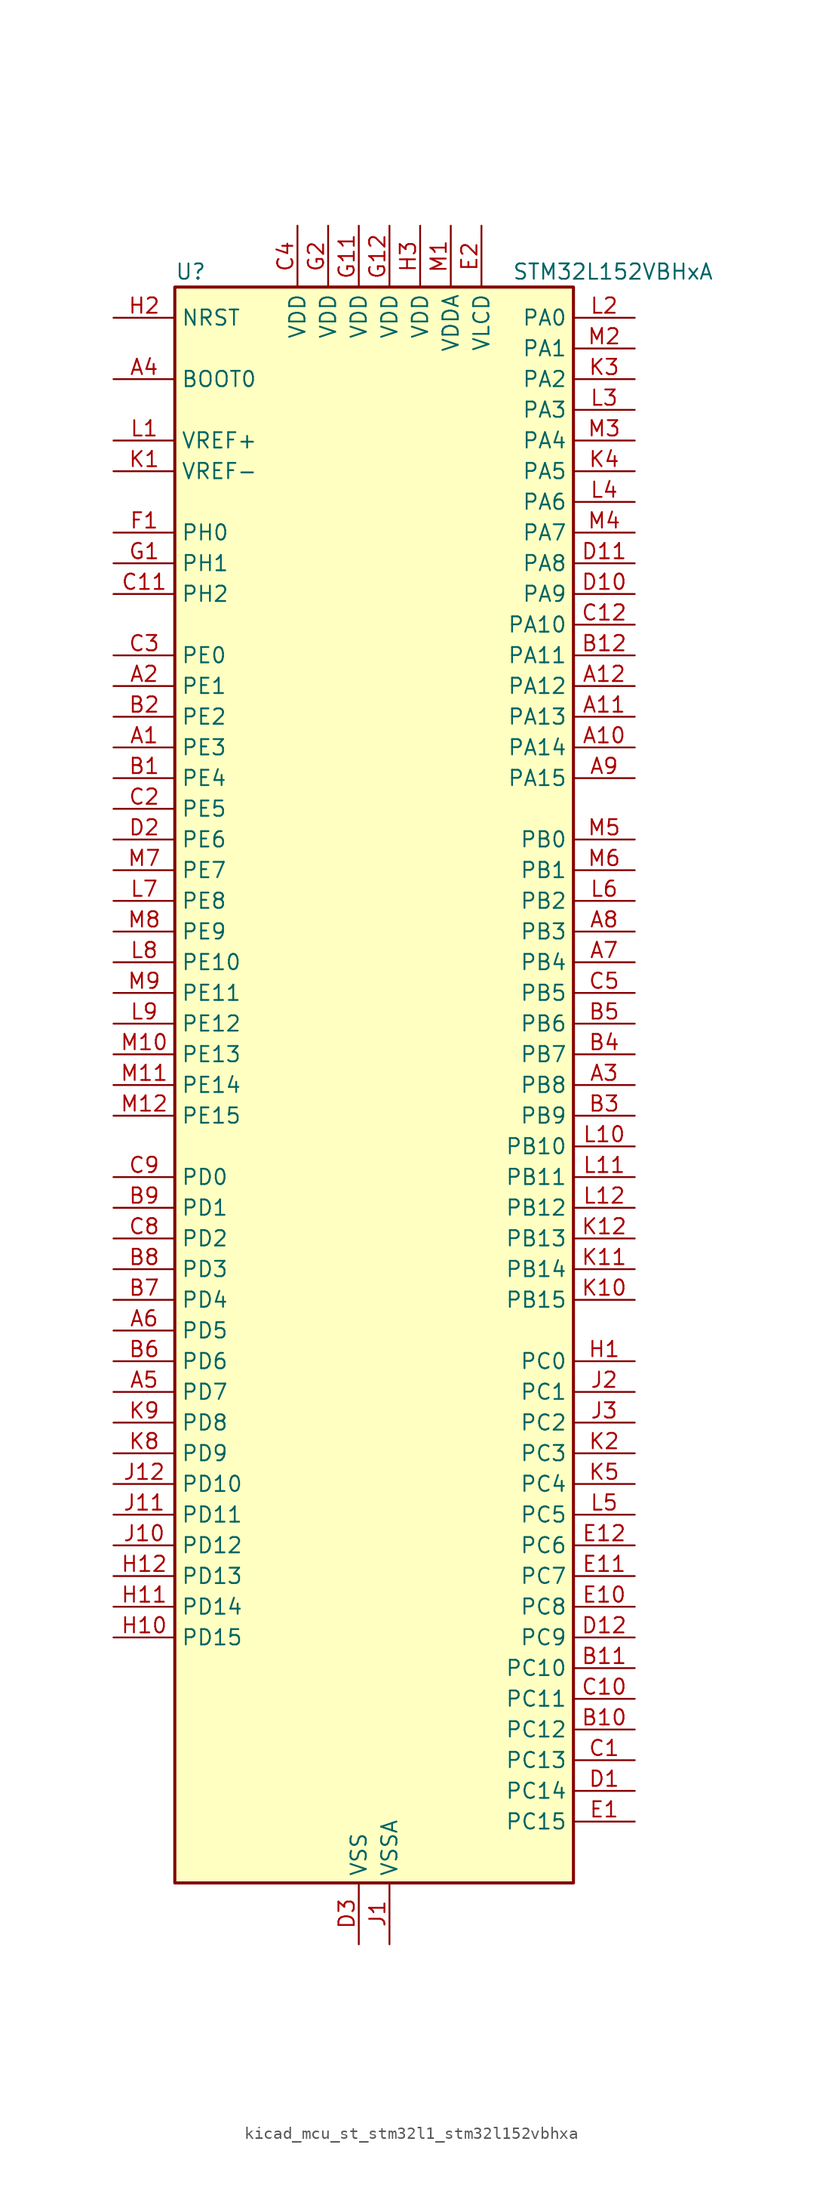
<source format=kicad_sym>
(kicad_symbol_lib
  (version 20220914)
  (generator kicad_symbol_editor)
  (symbol "kicad_mcu_st_stm32l1_stm32l152vbhxa"
    (property "Reference" "U"
      (at -15.24 67.31 0)
      (effects (font (size 1.27 1.27)) (justify left)))
    (property "Value" "STM32L152VBHxA"
      (at 12.7 67.31 0)
      (effects (font (size 1.27 1.27)) (justify left)))
    (property "ki_locked" ""
      (at 0 0 0)
      (effects (font (size 1.27 1.27))))
    (symbol "kicad_mcu_st_stm32l1_stm32l152vbhxa_0_1"
      (rectangle (start -15.24 -66.04) (end 17.78 66.04) (stroke (width 0.254) (type default)) (fill (type background))))
    (symbol "kicad_mcu_st_stm32l1_stm32l152vbhxa_1_1"
      (pin bidirectional line (at -20.32 27.94 0) (length 5.08) (name "PE3" (effects (font (size 1.27 1.27)))) (number "A1" (effects (font (size 1.27 1.27)))) (alternate "LCD_SEG39" bidirectional line) (alternate "SYS_TRACED0" bidirectional line) (alternate "TIM3_CH1" bidirectional line) (alternate "TIMX_IC4" bidirectional line))
      (pin bidirectional line (at 22.86 27.94 180) (length 5.08) (name "PA14" (effects (font (size 1.27 1.27)))) (number "A10" (effects (font (size 1.27 1.27)))) (alternate "SYS_JTCK-SWCLK" bidirectional line) (alternate "TIMX_IC3" bidirectional line) (alternate "TS_G5_IO2" bidirectional line))
      (pin bidirectional line (at 22.86 30.48 180) (length 5.08) (name "PA13" (effects (font (size 1.27 1.27)))) (number "A11" (effects (font (size 1.27 1.27)))) (alternate "SYS_JTMS-SWDIO" bidirectional line) (alternate "TIMX_IC2" bidirectional line) (alternate "TS_G5_IO1" bidirectional line))
      (pin bidirectional line (at 22.86 33.02 180) (length 5.08) (name "PA12" (effects (font (size 1.27 1.27)))) (number "A12" (effects (font (size 1.27 1.27)))) (alternate "SPI1_MOSI" bidirectional line) (alternate "TIMX_IC1" bidirectional line) (alternate "USART1_RTS" bidirectional line) (alternate "USB_DP" bidirectional line))
      (pin bidirectional line (at -20.32 33.02 0) (length 5.08) (name "PE1" (effects (font (size 1.27 1.27)))) (number "A2" (effects (font (size 1.27 1.27)))) (alternate "LCD_SEG37" bidirectional line) (alternate "TIM11_CH1" bidirectional line) (alternate "TIMX_IC2" bidirectional line))
      (pin bidirectional line (at 22.86 0 180) (length 5.08) (name "PB8" (effects (font (size 1.27 1.27)))) (number "A3" (effects (font (size 1.27 1.27)))) (alternate "I2C1_SCL" bidirectional line) (alternate "LCD_SEG16" bidirectional line) (alternate "TIM10_CH1" bidirectional line) (alternate "TIM4_CH3" bidirectional line))
      (pin input line (at -20.32 58.42 0) (length 5.08) (name "BOOT0" (effects (font (size 1.27 1.27)))) (number "A4" (effects (font (size 1.27 1.27)))))
      (pin bidirectional line (at -20.32 -25.4 0) (length 5.08) (name "PD7" (effects (font (size 1.27 1.27)))) (number "A5" (effects (font (size 1.27 1.27)))) (alternate "TIM9_CH2" bidirectional line) (alternate "TIMX_IC4" bidirectional line) (alternate "USART2_CK" bidirectional line))
      (pin bidirectional line (at -20.32 -20.32 0) (length 5.08) (name "PD5" (effects (font (size 1.27 1.27)))) (number "A6" (effects (font (size 1.27 1.27)))) (alternate "TIMX_IC2" bidirectional line) (alternate "USART2_TX" bidirectional line))
      (pin bidirectional line (at 22.86 10.16 180) (length 5.08) (name "PB4" (effects (font (size 1.27 1.27)))) (number "A7" (effects (font (size 1.27 1.27)))) (alternate "COMP2_INP" bidirectional line) (alternate "LCD_SEG8" bidirectional line) (alternate "SPI1_MISO" bidirectional line) (alternate "SYS_JTRST" bidirectional line) (alternate "TIM3_CH1" bidirectional line) (alternate "TS_G6_IO1" bidirectional line))
      (pin bidirectional line (at 22.86 12.7 180) (length 5.08) (name "PB3" (effects (font (size 1.27 1.27)))) (number "A8" (effects (font (size 1.27 1.27)))) (alternate "COMP2_INM" bidirectional line) (alternate "LCD_SEG7" bidirectional line) (alternate "SPI1_SCK" bidirectional line) (alternate "SYS_JTDO-TRACESWO" bidirectional line) (alternate "TIM2_CH2" bidirectional line))
      (pin bidirectional line (at 22.86 25.4 180) (length 5.08) (name "PA15" (effects (font (size 1.27 1.27)))) (number "A9" (effects (font (size 1.27 1.27)))) (alternate "ADC_EXTI15" bidirectional line) (alternate "LCD_SEG17" bidirectional line) (alternate "SPI1_NSS" bidirectional line) (alternate "SYS_JTDI" bidirectional line) (alternate "TIM2_CH1" bidirectional line) (alternate "TIM2_ETR" bidirectional line) (alternate "TIMX_IC4" bidirectional line) (alternate "TS_G5_IO3" bidirectional line))
      (pin bidirectional line (at -20.32 25.4 0) (length 5.08) (name "PE4" (effects (font (size 1.27 1.27)))) (number "B1" (effects (font (size 1.27 1.27)))) (alternate "SYS_TRACED1" bidirectional line) (alternate "TIM3_CH2" bidirectional line) (alternate "TIMX_IC1" bidirectional line))
      (pin bidirectional line (at 22.86 -53.34 180) (length 5.08) (name "PC12" (effects (font (size 1.27 1.27)))) (number "B10" (effects (font (size 1.27 1.27)))) (alternate "LCD_COM6" bidirectional line) (alternate "LCD_SEG30" bidirectional line) (alternate "LCD_SEG42" bidirectional line) (alternate "TIMX_IC1" bidirectional line) (alternate "USART3_CK" bidirectional line))
      (pin bidirectional line (at 22.86 -48.26 180) (length 5.08) (name "PC10" (effects (font (size 1.27 1.27)))) (number "B11" (effects (font (size 1.27 1.27)))) (alternate "LCD_COM4" bidirectional line) (alternate "LCD_SEG28" bidirectional line) (alternate "LCD_SEG40" bidirectional line) (alternate "TIMX_IC3" bidirectional line) (alternate "USART3_TX" bidirectional line))
      (pin bidirectional line (at 22.86 35.56 180) (length 5.08) (name "PA11" (effects (font (size 1.27 1.27)))) (number "B12" (effects (font (size 1.27 1.27)))) (alternate "ADC_EXTI11" bidirectional line) (alternate "SPI1_MISO" bidirectional line) (alternate "TIMX_IC4" bidirectional line) (alternate "USART1_CTS" bidirectional line) (alternate "USB_DM" bidirectional line))
      (pin bidirectional line (at -20.32 30.48 0) (length 5.08) (name "PE2" (effects (font (size 1.27 1.27)))) (number "B2" (effects (font (size 1.27 1.27)))) (alternate "LCD_SEG38" bidirectional line) (alternate "SYS_TRACECK" bidirectional line) (alternate "TIM3_ETR" bidirectional line) (alternate "TIMX_IC3" bidirectional line))
      (pin bidirectional line (at 22.86 -2.54 180) (length 5.08) (name "PB9" (effects (font (size 1.27 1.27)))) (number "B3" (effects (font (size 1.27 1.27)))) (alternate "DAC_EXTI9" bidirectional line) (alternate "I2C1_SDA" bidirectional line) (alternate "LCD_COM3" bidirectional line) (alternate "TIM11_CH1" bidirectional line) (alternate "TIM4_CH4" bidirectional line))
      (pin bidirectional line (at 22.86 2.54 180) (length 5.08) (name "PB7" (effects (font (size 1.27 1.27)))) (number "B4" (effects (font (size 1.27 1.27)))) (alternate "I2C1_SDA" bidirectional line) (alternate "SYS_PVD_IN" bidirectional line) (alternate "TIM4_CH2" bidirectional line) (alternate "TS_G6_IO4" bidirectional line) (alternate "USART1_RX" bidirectional line))
      (pin bidirectional line (at 22.86 5.08 180) (length 5.08) (name "PB6" (effects (font (size 1.27 1.27)))) (number "B5" (effects (font (size 1.27 1.27)))) (alternate "I2C1_SCL" bidirectional line) (alternate "TIM4_CH1" bidirectional line) (alternate "TS_G6_IO3" bidirectional line) (alternate "USART1_TX" bidirectional line))
      (pin bidirectional line (at -20.32 -22.86 0) (length 5.08) (name "PD6" (effects (font (size 1.27 1.27)))) (number "B6" (effects (font (size 1.27 1.27)))) (alternate "TIMX_IC3" bidirectional line) (alternate "USART2_RX" bidirectional line))
      (pin bidirectional line (at -20.32 -17.78 0) (length 5.08) (name "PD4" (effects (font (size 1.27 1.27)))) (number "B7" (effects (font (size 1.27 1.27)))) (alternate "SPI2_MOSI" bidirectional line) (alternate "TIMX_IC1" bidirectional line) (alternate "USART2_RTS" bidirectional line))
      (pin bidirectional line (at -20.32 -15.24 0) (length 5.08) (name "PD3" (effects (font (size 1.27 1.27)))) (number "B8" (effects (font (size 1.27 1.27)))) (alternate "SPI2_MISO" bidirectional line) (alternate "TIMX_IC4" bidirectional line) (alternate "USART2_CTS" bidirectional line))
      (pin bidirectional line (at -20.32 -10.16 0) (length 5.08) (name "PD1" (effects (font (size 1.27 1.27)))) (number "B9" (effects (font (size 1.27 1.27)))) (alternate "SPI2_SCK" bidirectional line) (alternate "TIMX_IC2" bidirectional line))
      (pin bidirectional line (at 22.86 -55.88 180) (length 5.08) (name "PC13" (effects (font (size 1.27 1.27)))) (number "C1" (effects (font (size 1.27 1.27)))) (alternate "RTC_OUT_ALARM" bidirectional line) (alternate "RTC_OUT_CALIB" bidirectional line) (alternate "RTC_TAMP1" bidirectional line) (alternate "RTC_TS" bidirectional line) (alternate "SYS_WKUP2" bidirectional line) (alternate "TIMX_IC2" bidirectional line))
      (pin bidirectional line (at 22.86 -50.8 180) (length 5.08) (name "PC11" (effects (font (size 1.27 1.27)))) (number "C10" (effects (font (size 1.27 1.27)))) (alternate "ADC_EXTI11" bidirectional line) (alternate "LCD_COM5" bidirectional line) (alternate "LCD_SEG29" bidirectional line) (alternate "LCD_SEG41" bidirectional line) (alternate "TIMX_IC4" bidirectional line) (alternate "USART3_RX" bidirectional line))
      (pin bidirectional line (at -20.32 40.64 0) (length 5.08) (name "PH2" (effects (font (size 1.27 1.27)))) (number "C11" (effects (font (size 1.27 1.27)))))
      (pin bidirectional line (at 22.86 38.1 180) (length 5.08) (name "PA10" (effects (font (size 1.27 1.27)))) (number "C12" (effects (font (size 1.27 1.27)))) (alternate "LCD_COM2" bidirectional line) (alternate "TIMX_IC3" bidirectional line) (alternate "TS_G4_IO3" bidirectional line) (alternate "USART1_RX" bidirectional line))
      (pin bidirectional line (at -20.32 22.86 0) (length 5.08) (name "PE5" (effects (font (size 1.27 1.27)))) (number "C2" (effects (font (size 1.27 1.27)))) (alternate "SYS_TRACED2" bidirectional line) (alternate "TIM9_CH1" bidirectional line) (alternate "TIMX_IC2" bidirectional line))
      (pin bidirectional line (at -20.32 35.56 0) (length 5.08) (name "PE0" (effects (font (size 1.27 1.27)))) (number "C3" (effects (font (size 1.27 1.27)))) (alternate "LCD_SEG36" bidirectional line) (alternate "TIM10_CH1" bidirectional line) (alternate "TIM4_ETR" bidirectional line) (alternate "TIMX_IC1" bidirectional line))
      (pin power_in line (at -5.08 71.12 270) (length 5.08) (name "VDD" (effects (font (size 1.27 1.27)))) (number "C4" (effects (font (size 1.27 1.27)))))
      (pin bidirectional line (at 22.86 7.62 180) (length 5.08) (name "PB5" (effects (font (size 1.27 1.27)))) (number "C5" (effects (font (size 1.27 1.27)))) (alternate "COMP2_INP" bidirectional line) (alternate "I2C1_SMBA" bidirectional line) (alternate "LCD_SEG9" bidirectional line) (alternate "SPI1_MOSI" bidirectional line) (alternate "TIM3_CH2" bidirectional line) (alternate "TS_G6_IO2" bidirectional line))
      (pin bidirectional line (at -20.32 -12.7 0) (length 5.08) (name "PD2" (effects (font (size 1.27 1.27)))) (number "C8" (effects (font (size 1.27 1.27)))) (alternate "LCD_COM7" bidirectional line) (alternate "LCD_SEG31" bidirectional line) (alternate "LCD_SEG43" bidirectional line) (alternate "TIM3_ETR" bidirectional line) (alternate "TIMX_IC3" bidirectional line))
      (pin bidirectional line (at -20.32 -7.62 0) (length 5.08) (name "PD0" (effects (font (size 1.27 1.27)))) (number "C9" (effects (font (size 1.27 1.27)))) (alternate "SPI2_NSS" bidirectional line) (alternate "TIM9_CH1" bidirectional line) (alternate "TIMX_IC1" bidirectional line))
      (pin bidirectional line (at 22.86 -58.42 180) (length 5.08) (name "PC14" (effects (font (size 1.27 1.27)))) (number "D1" (effects (font (size 1.27 1.27)))) (alternate "RCC_OSC32_IN" bidirectional line) (alternate "TIMX_IC3" bidirectional line))
      (pin bidirectional line (at 22.86 40.64 180) (length 5.08) (name "PA9" (effects (font (size 1.27 1.27)))) (number "D10" (effects (font (size 1.27 1.27)))) (alternate "DAC_EXTI9" bidirectional line) (alternate "LCD_COM1" bidirectional line) (alternate "TIMX_IC2" bidirectional line) (alternate "TS_G4_IO2" bidirectional line) (alternate "USART1_TX" bidirectional line))
      (pin bidirectional line (at 22.86 43.18 180) (length 5.08) (name "PA8" (effects (font (size 1.27 1.27)))) (number "D11" (effects (font (size 1.27 1.27)))) (alternate "LCD_COM0" bidirectional line) (alternate "RCC_MCO" bidirectional line) (alternate "TIMX_IC1" bidirectional line) (alternate "TS_G4_IO1" bidirectional line) (alternate "USART1_CK" bidirectional line))
      (pin bidirectional line (at 22.86 -45.72 180) (length 5.08) (name "PC9" (effects (font (size 1.27 1.27)))) (number "D12" (effects (font (size 1.27 1.27)))) (alternate "DAC_EXTI9" bidirectional line) (alternate "LCD_SEG27" bidirectional line) (alternate "TIM3_CH4" bidirectional line) (alternate "TIMX_IC2" bidirectional line) (alternate "TS_G10_IO4" bidirectional line))
      (pin bidirectional line (at -20.32 20.32 0) (length 5.08) (name "PE6" (effects (font (size 1.27 1.27)))) (number "D2" (effects (font (size 1.27 1.27)))) (alternate "RTC_TAMP3" bidirectional line) (alternate "SYS_TRACED3" bidirectional line) (alternate "SYS_WKUP3" bidirectional line) (alternate "TIM9_CH2" bidirectional line) (alternate "TIMX_IC3" bidirectional line))
      (pin power_in line (at 0 -71.12 90) (length 5.08) (name "VSS" (effects (font (size 1.27 1.27)))) (number "D3" (effects (font (size 1.27 1.27)))))
      (pin bidirectional line (at 22.86 -60.96 180) (length 5.08) (name "PC15" (effects (font (size 1.27 1.27)))) (number "E1" (effects (font (size 1.27 1.27)))) (alternate "ADC_EXTI15" bidirectional line) (alternate "RCC_OSC32_OUT" bidirectional line) (alternate "TIMX_IC4" bidirectional line))
      (pin bidirectional line (at 22.86 -43.18 180) (length 5.08) (name "PC8" (effects (font (size 1.27 1.27)))) (number "E10" (effects (font (size 1.27 1.27)))) (alternate "LCD_SEG26" bidirectional line) (alternate "TIM3_CH3" bidirectional line) (alternate "TIMX_IC1" bidirectional line) (alternate "TS_G10_IO3" bidirectional line))
      (pin bidirectional line (at 22.86 -40.64 180) (length 5.08) (name "PC7" (effects (font (size 1.27 1.27)))) (number "E11" (effects (font (size 1.27 1.27)))) (alternate "LCD_SEG25" bidirectional line) (alternate "TIM3_CH2" bidirectional line) (alternate "TIMX_IC4" bidirectional line) (alternate "TS_G10_IO2" bidirectional line))
      (pin bidirectional line (at 22.86 -38.1 180) (length 5.08) (name "PC6" (effects (font (size 1.27 1.27)))) (number "E12" (effects (font (size 1.27 1.27)))) (alternate "LCD_SEG24" bidirectional line) (alternate "TIM3_CH1" bidirectional line) (alternate "TIMX_IC3" bidirectional line) (alternate "TS_G10_IO1" bidirectional line))
      (pin power_in line (at 10.16 71.12 270) (length 5.08) (name "VLCD" (effects (font (size 1.27 1.27)))) (number "E2" (effects (font (size 1.27 1.27)))))
      (pin passive line (at 0 -71.12 90) (length 5.08) hide (name "VSS" (effects (font (size 1.27 1.27)))) (number "E3" (effects (font (size 1.27 1.27)))))
      (pin bidirectional line (at -20.32 45.72 0) (length 5.08) (name "PH0" (effects (font (size 1.27 1.27)))) (number "F1" (effects (font (size 1.27 1.27)))) (alternate "RCC_OSC_IN" bidirectional line))
      (pin passive line (at 0 -71.12 90) (length 5.08) hide (name "VSS" (effects (font (size 1.27 1.27)))) (number "F11" (effects (font (size 1.27 1.27)))))
      (pin passive line (at 0 -71.12 90) (length 5.08) hide (name "VSS" (effects (font (size 1.27 1.27)))) (number "F12" (effects (font (size 1.27 1.27)))))
      (pin passive line (at 0 -71.12 90) (length 5.08) hide (name "VSS" (effects (font (size 1.27 1.27)))) (number "F2" (effects (font (size 1.27 1.27)))))
      (pin bidirectional line (at -20.32 43.18 0) (length 5.08) (name "PH1" (effects (font (size 1.27 1.27)))) (number "G1" (effects (font (size 1.27 1.27)))) (alternate "RCC_OSC_OUT" bidirectional line))
      (pin power_in line (at 0 71.12 270) (length 5.08) (name "VDD" (effects (font (size 1.27 1.27)))) (number "G11" (effects (font (size 1.27 1.27)))))
      (pin power_in line (at 2.54 71.12 270) (length 5.08) (name "VDD" (effects (font (size 1.27 1.27)))) (number "G12" (effects (font (size 1.27 1.27)))))
      (pin power_in line (at -2.54 71.12 270) (length 5.08) (name "VDD" (effects (font (size 1.27 1.27)))) (number "G2" (effects (font (size 1.27 1.27)))))
      (pin bidirectional line (at 22.86 -22.86 180) (length 5.08) (name "PC0" (effects (font (size 1.27 1.27)))) (number "H1" (effects (font (size 1.27 1.27)))) (alternate "ADC_IN10" bidirectional line) (alternate "COMP1_INP" bidirectional line) (alternate "LCD_SEG18" bidirectional line) (alternate "TIMX_IC1" bidirectional line) (alternate "TS_G8_IO1" bidirectional line))
      (pin bidirectional line (at -20.32 -45.72 0) (length 5.08) (name "PD15" (effects (font (size 1.27 1.27)))) (number "H10" (effects (font (size 1.27 1.27)))) (alternate "ADC_EXTI15" bidirectional line) (alternate "LCD_SEG35" bidirectional line) (alternate "TIM4_CH4" bidirectional line) (alternate "TIMX_IC4" bidirectional line))
      (pin bidirectional line (at -20.32 -43.18 0) (length 5.08) (name "PD14" (effects (font (size 1.27 1.27)))) (number "H11" (effects (font (size 1.27 1.27)))) (alternate "LCD_SEG34" bidirectional line) (alternate "TIM4_CH3" bidirectional line) (alternate "TIMX_IC3" bidirectional line))
      (pin bidirectional line (at -20.32 -40.64 0) (length 5.08) (name "PD13" (effects (font (size 1.27 1.27)))) (number "H12" (effects (font (size 1.27 1.27)))) (alternate "LCD_SEG33" bidirectional line) (alternate "TIM4_CH2" bidirectional line) (alternate "TIMX_IC2" bidirectional line))
      (pin input line (at -20.32 63.5 0) (length 5.08) (name "NRST" (effects (font (size 1.27 1.27)))) (number "H2" (effects (font (size 1.27 1.27)))))
      (pin power_in line (at 5.08 71.12 270) (length 5.08) (name "VDD" (effects (font (size 1.27 1.27)))) (number "H3" (effects (font (size 1.27 1.27)))))
      (pin power_in line (at 2.54 -71.12 90) (length 5.08) (name "VSSA" (effects (font (size 1.27 1.27)))) (number "J1" (effects (font (size 1.27 1.27)))))
      (pin bidirectional line (at -20.32 -38.1 0) (length 5.08) (name "PD12" (effects (font (size 1.27 1.27)))) (number "J10" (effects (font (size 1.27 1.27)))) (alternate "LCD_SEG32" bidirectional line) (alternate "TIM4_CH1" bidirectional line) (alternate "TIMX_IC1" bidirectional line) (alternate "USART3_RTS" bidirectional line))
      (pin bidirectional line (at -20.32 -35.56 0) (length 5.08) (name "PD11" (effects (font (size 1.27 1.27)))) (number "J11" (effects (font (size 1.27 1.27)))) (alternate "ADC_EXTI11" bidirectional line) (alternate "LCD_SEG31" bidirectional line) (alternate "TIMX_IC4" bidirectional line) (alternate "USART3_CTS" bidirectional line))
      (pin bidirectional line (at -20.32 -33.02 0) (length 5.08) (name "PD10" (effects (font (size 1.27 1.27)))) (number "J12" (effects (font (size 1.27 1.27)))) (alternate "LCD_SEG30" bidirectional line) (alternate "TIMX_IC3" bidirectional line) (alternate "USART3_CK" bidirectional line))
      (pin bidirectional line (at 22.86 -25.4 180) (length 5.08) (name "PC1" (effects (font (size 1.27 1.27)))) (number "J2" (effects (font (size 1.27 1.27)))) (alternate "ADC_IN11" bidirectional line) (alternate "COMP1_INP" bidirectional line) (alternate "LCD_SEG19" bidirectional line) (alternate "TIMX_IC2" bidirectional line) (alternate "TS_G8_IO2" bidirectional line))
      (pin bidirectional line (at 22.86 -27.94 180) (length 5.08) (name "PC2" (effects (font (size 1.27 1.27)))) (number "J3" (effects (font (size 1.27 1.27)))) (alternate "ADC_IN12" bidirectional line) (alternate "COMP1_INP" bidirectional line) (alternate "LCD_SEG20" bidirectional line) (alternate "TIMX_IC3" bidirectional line) (alternate "TS_G8_IO3" bidirectional line))
      (pin input line (at -20.32 50.8 0) (length 5.08) (name "VREF-" (effects (font (size 1.27 1.27)))) (number "K1" (effects (font (size 1.27 1.27)))))
      (pin bidirectional line (at 22.86 -17.78 180) (length 5.08) (name "PB15" (effects (font (size 1.27 1.27)))) (number "K10" (effects (font (size 1.27 1.27)))) (alternate "ADC_EXTI15" bidirectional line) (alternate "ADC_IN21" bidirectional line) (alternate "COMP1_INP" bidirectional line) (alternate "LCD_SEG15" bidirectional line) (alternate "RTC_REFIN" bidirectional line) (alternate "SPI2_MOSI" bidirectional line) (alternate "TIM11_CH1" bidirectional line) (alternate "TS_G7_IO4" bidirectional line))
      (pin bidirectional line (at 22.86 -15.24 180) (length 5.08) (name "PB14" (effects (font (size 1.27 1.27)))) (number "K11" (effects (font (size 1.27 1.27)))) (alternate "ADC_IN20" bidirectional line) (alternate "COMP1_INP" bidirectional line) (alternate "LCD_SEG14" bidirectional line) (alternate "SPI2_MISO" bidirectional line) (alternate "TIM9_CH2" bidirectional line) (alternate "TS_G7_IO3" bidirectional line) (alternate "USART3_RTS" bidirectional line))
      (pin bidirectional line (at 22.86 -12.7 180) (length 5.08) (name "PB13" (effects (font (size 1.27 1.27)))) (number "K12" (effects (font (size 1.27 1.27)))) (alternate "ADC_IN19" bidirectional line) (alternate "COMP1_INP" bidirectional line) (alternate "LCD_SEG13" bidirectional line) (alternate "SPI2_SCK" bidirectional line) (alternate "TIM9_CH1" bidirectional line) (alternate "TS_G7_IO2" bidirectional line) (alternate "USART3_CTS" bidirectional line))
      (pin bidirectional line (at 22.86 -30.48 180) (length 5.08) (name "PC3" (effects (font (size 1.27 1.27)))) (number "K2" (effects (font (size 1.27 1.27)))) (alternate "ADC_IN13" bidirectional line) (alternate "COMP1_INP" bidirectional line) (alternate "LCD_SEG21" bidirectional line) (alternate "TIMX_IC4" bidirectional line) (alternate "TS_G8_IO4" bidirectional line))
      (pin bidirectional line (at 22.86 58.42 180) (length 5.08) (name "PA2" (effects (font (size 1.27 1.27)))) (number "K3" (effects (font (size 1.27 1.27)))) (alternate "ADC_IN2" bidirectional line) (alternate "COMP1_INP" bidirectional line) (alternate "LCD_SEG1" bidirectional line) (alternate "TIM2_CH3" bidirectional line) (alternate "TIM9_CH1" bidirectional line) (alternate "TIMX_IC3" bidirectional line) (alternate "TS_G1_IO3" bidirectional line) (alternate "USART2_TX" bidirectional line))
      (pin bidirectional line (at 22.86 50.8 180) (length 5.08) (name "PA5" (effects (font (size 1.27 1.27)))) (number "K4" (effects (font (size 1.27 1.27)))) (alternate "ADC_IN5" bidirectional line) (alternate "COMP1_INP" bidirectional line) (alternate "DAC_OUT2" bidirectional line) (alternate "SPI1_SCK" bidirectional line) (alternate "TIM2_CH1" bidirectional line) (alternate "TIM2_ETR" bidirectional line) (alternate "TIMX_IC2" bidirectional line))
      (pin bidirectional line (at 22.86 -33.02 180) (length 5.08) (name "PC4" (effects (font (size 1.27 1.27)))) (number "K5" (effects (font (size 1.27 1.27)))) (alternate "ADC_IN14" bidirectional line) (alternate "COMP1_INP" bidirectional line) (alternate "LCD_SEG22" bidirectional line) (alternate "TIMX_IC1" bidirectional line) (alternate "TS_G9_IO1" bidirectional line))
      (pin bidirectional line (at -20.32 -30.48 0) (length 5.08) (name "PD9" (effects (font (size 1.27 1.27)))) (number "K8" (effects (font (size 1.27 1.27)))) (alternate "DAC_EXTI9" bidirectional line) (alternate "LCD_SEG29" bidirectional line) (alternate "TIMX_IC2" bidirectional line) (alternate "USART3_RX" bidirectional line))
      (pin bidirectional line (at -20.32 -27.94 0) (length 5.08) (name "PD8" (effects (font (size 1.27 1.27)))) (number "K9" (effects (font (size 1.27 1.27)))) (alternate "LCD_SEG28" bidirectional line) (alternate "TIMX_IC1" bidirectional line) (alternate "USART3_TX" bidirectional line))
      (pin input line (at -20.32 53.34 0) (length 5.08) (name "VREF+" (effects (font (size 1.27 1.27)))) (number "L1" (effects (font (size 1.27 1.27)))))
      (pin bidirectional line (at 22.86 -5.08 180) (length 5.08) (name "PB10" (effects (font (size 1.27 1.27)))) (number "L10" (effects (font (size 1.27 1.27)))) (alternate "I2C2_SCL" bidirectional line) (alternate "LCD_SEG10" bidirectional line) (alternate "TIM2_CH3" bidirectional line) (alternate "USART3_TX" bidirectional line))
      (pin bidirectional line (at 22.86 -7.62 180) (length 5.08) (name "PB11" (effects (font (size 1.27 1.27)))) (number "L11" (effects (font (size 1.27 1.27)))) (alternate "ADC_EXTI11" bidirectional line) (alternate "I2C2_SDA" bidirectional line) (alternate "LCD_SEG11" bidirectional line) (alternate "TIM2_CH4" bidirectional line) (alternate "USART3_RX" bidirectional line))
      (pin bidirectional line (at 22.86 -10.16 180) (length 5.08) (name "PB12" (effects (font (size 1.27 1.27)))) (number "L12" (effects (font (size 1.27 1.27)))) (alternate "ADC_IN18" bidirectional line) (alternate "COMP1_INP" bidirectional line) (alternate "I2C2_SMBA" bidirectional line) (alternate "LCD_SEG12" bidirectional line) (alternate "SPI2_NSS" bidirectional line) (alternate "TIM10_CH1" bidirectional line) (alternate "TS_G7_IO1" bidirectional line) (alternate "USART3_CK" bidirectional line))
      (pin bidirectional line (at 22.86 63.5 180) (length 5.08) (name "PA0" (effects (font (size 1.27 1.27)))) (number "L2" (effects (font (size 1.27 1.27)))) (alternate "ADC_IN0" bidirectional line) (alternate "COMP1_INP" bidirectional line) (alternate "RTC_TAMP2" bidirectional line) (alternate "SYS_WKUP1" bidirectional line) (alternate "TIM2_CH1" bidirectional line) (alternate "TIM2_ETR" bidirectional line) (alternate "TIMX_IC1" bidirectional line) (alternate "TS_G1_IO1" bidirectional line) (alternate "USART2_CTS" bidirectional line))
      (pin bidirectional line (at 22.86 55.88 180) (length 5.08) (name "PA3" (effects (font (size 1.27 1.27)))) (number "L3" (effects (font (size 1.27 1.27)))) (alternate "ADC_IN3" bidirectional line) (alternate "COMP1_INP" bidirectional line) (alternate "LCD_SEG2" bidirectional line) (alternate "TIM2_CH4" bidirectional line) (alternate "TIM9_CH2" bidirectional line) (alternate "TIMX_IC4" bidirectional line) (alternate "TS_G1_IO4" bidirectional line) (alternate "USART2_RX" bidirectional line))
      (pin bidirectional line (at 22.86 48.26 180) (length 5.08) (name "PA6" (effects (font (size 1.27 1.27)))) (number "L4" (effects (font (size 1.27 1.27)))) (alternate "ADC_IN6" bidirectional line) (alternate "COMP1_INP" bidirectional line) (alternate "LCD_SEG3" bidirectional line) (alternate "SPI1_MISO" bidirectional line) (alternate "TIM10_CH1" bidirectional line) (alternate "TIM3_CH1" bidirectional line) (alternate "TIMX_IC3" bidirectional line) (alternate "TS_G2_IO1" bidirectional line))
      (pin bidirectional line (at 22.86 -35.56 180) (length 5.08) (name "PC5" (effects (font (size 1.27 1.27)))) (number "L5" (effects (font (size 1.27 1.27)))) (alternate "ADC_IN15" bidirectional line) (alternate "COMP1_INP" bidirectional line) (alternate "LCD_SEG23" bidirectional line) (alternate "TIMX_IC2" bidirectional line) (alternate "TS_G9_IO2" bidirectional line))
      (pin bidirectional line (at 22.86 15.24 180) (length 5.08) (name "PB2" (effects (font (size 1.27 1.27)))) (number "L6" (effects (font (size 1.27 1.27)))) (alternate "TS_G3_IO3" bidirectional line))
      (pin bidirectional line (at -20.32 15.24 0) (length 5.08) (name "PE8" (effects (font (size 1.27 1.27)))) (number "L7" (effects (font (size 1.27 1.27)))) (alternate "ADC_IN23" bidirectional line) (alternate "COMP1_INP" bidirectional line) (alternate "TIMX_IC1" bidirectional line))
      (pin bidirectional line (at -20.32 10.16 0) (length 5.08) (name "PE10" (effects (font (size 1.27 1.27)))) (number "L8" (effects (font (size 1.27 1.27)))) (alternate "ADC_IN25" bidirectional line) (alternate "COMP1_INP" bidirectional line) (alternate "TIM2_CH2" bidirectional line) (alternate "TIMX_IC3" bidirectional line))
      (pin bidirectional line (at -20.32 5.08 0) (length 5.08) (name "PE12" (effects (font (size 1.27 1.27)))) (number "L9" (effects (font (size 1.27 1.27)))) (alternate "SPI1_NSS" bidirectional line) (alternate "TIM2_CH4" bidirectional line) (alternate "TIMX_IC1" bidirectional line))
      (pin power_in line (at 7.62 71.12 270) (length 5.08) (name "VDDA" (effects (font (size 1.27 1.27)))) (number "M1" (effects (font (size 1.27 1.27)))))
      (pin bidirectional line (at -20.32 2.54 0) (length 5.08) (name "PE13" (effects (font (size 1.27 1.27)))) (number "M10" (effects (font (size 1.27 1.27)))) (alternate "SPI1_SCK" bidirectional line) (alternate "TIMX_IC2" bidirectional line))
      (pin bidirectional line (at -20.32 0 0) (length 5.08) (name "PE14" (effects (font (size 1.27 1.27)))) (number "M11" (effects (font (size 1.27 1.27)))) (alternate "SPI1_MISO" bidirectional line) (alternate "TIMX_IC3" bidirectional line))
      (pin bidirectional line (at -20.32 -2.54 0) (length 5.08) (name "PE15" (effects (font (size 1.27 1.27)))) (number "M12" (effects (font (size 1.27 1.27)))) (alternate "ADC_EXTI15" bidirectional line) (alternate "SPI1_MOSI" bidirectional line) (alternate "TIMX_IC4" bidirectional line))
      (pin bidirectional line (at 22.86 60.96 180) (length 5.08) (name "PA1" (effects (font (size 1.27 1.27)))) (number "M2" (effects (font (size 1.27 1.27)))) (alternate "ADC_IN1" bidirectional line) (alternate "COMP1_INP" bidirectional line) (alternate "LCD_SEG0" bidirectional line) (alternate "TIM2_CH2" bidirectional line) (alternate "TIMX_IC2" bidirectional line) (alternate "TS_G1_IO2" bidirectional line) (alternate "USART2_RTS" bidirectional line))
      (pin bidirectional line (at 22.86 53.34 180) (length 5.08) (name "PA4" (effects (font (size 1.27 1.27)))) (number "M3" (effects (font (size 1.27 1.27)))) (alternate "ADC_IN4" bidirectional line) (alternate "COMP1_INP" bidirectional line) (alternate "DAC_OUT1" bidirectional line) (alternate "SPI1_NSS" bidirectional line) (alternate "TIMX_IC1" bidirectional line) (alternate "USART2_CK" bidirectional line))
      (pin bidirectional line (at 22.86 45.72 180) (length 5.08) (name "PA7" (effects (font (size 1.27 1.27)))) (number "M4" (effects (font (size 1.27 1.27)))) (alternate "ADC_IN7" bidirectional line) (alternate "COMP1_INP" bidirectional line) (alternate "LCD_SEG4" bidirectional line) (alternate "SPI1_MOSI" bidirectional line) (alternate "TIM11_CH1" bidirectional line) (alternate "TIM3_CH2" bidirectional line) (alternate "TIMX_IC4" bidirectional line) (alternate "TS_G2_IO2" bidirectional line))
      (pin bidirectional line (at 22.86 20.32 180) (length 5.08) (name "PB0" (effects (font (size 1.27 1.27)))) (number "M5" (effects (font (size 1.27 1.27)))) (alternate "ADC_IN8" bidirectional line) (alternate "COMP1_INP" bidirectional line) (alternate "LCD_SEG5" bidirectional line) (alternate "SYS_V_REF_OUT" bidirectional line) (alternate "TIM3_CH3" bidirectional line) (alternate "TS_G3_IO1" bidirectional line))
      (pin bidirectional line (at 22.86 17.78 180) (length 5.08) (name "PB1" (effects (font (size 1.27 1.27)))) (number "M6" (effects (font (size 1.27 1.27)))) (alternate "ADC_IN9" bidirectional line) (alternate "COMP1_INP" bidirectional line) (alternate "LCD_SEG6" bidirectional line) (alternate "SYS_V_REF_OUT" bidirectional line) (alternate "TIM3_CH4" bidirectional line) (alternate "TS_G3_IO2" bidirectional line))
      (pin bidirectional line (at -20.32 17.78 0) (length 5.08) (name "PE7" (effects (font (size 1.27 1.27)))) (number "M7" (effects (font (size 1.27 1.27)))) (alternate "ADC_IN22" bidirectional line) (alternate "COMP1_INP" bidirectional line) (alternate "TIMX_IC4" bidirectional line))
      (pin bidirectional line (at -20.32 12.7 0) (length 5.08) (name "PE9" (effects (font (size 1.27 1.27)))) (number "M8" (effects (font (size 1.27 1.27)))) (alternate "ADC_IN24" bidirectional line) (alternate "COMP1_INP" bidirectional line) (alternate "DAC_EXTI9" bidirectional line) (alternate "TIM2_CH1" bidirectional line) (alternate "TIM2_ETR" bidirectional line) (alternate "TIMX_IC2" bidirectional line))
      (pin bidirectional line (at -20.32 7.62 0) (length 5.08) (name "PE11" (effects (font (size 1.27 1.27)))) (number "M9" (effects (font (size 1.27 1.27)))) (alternate "ADC_EXTI11" bidirectional line) (alternate "TIM2_CH3" bidirectional line) (alternate "TIMX_IC4" bidirectional line)))))
</source>
